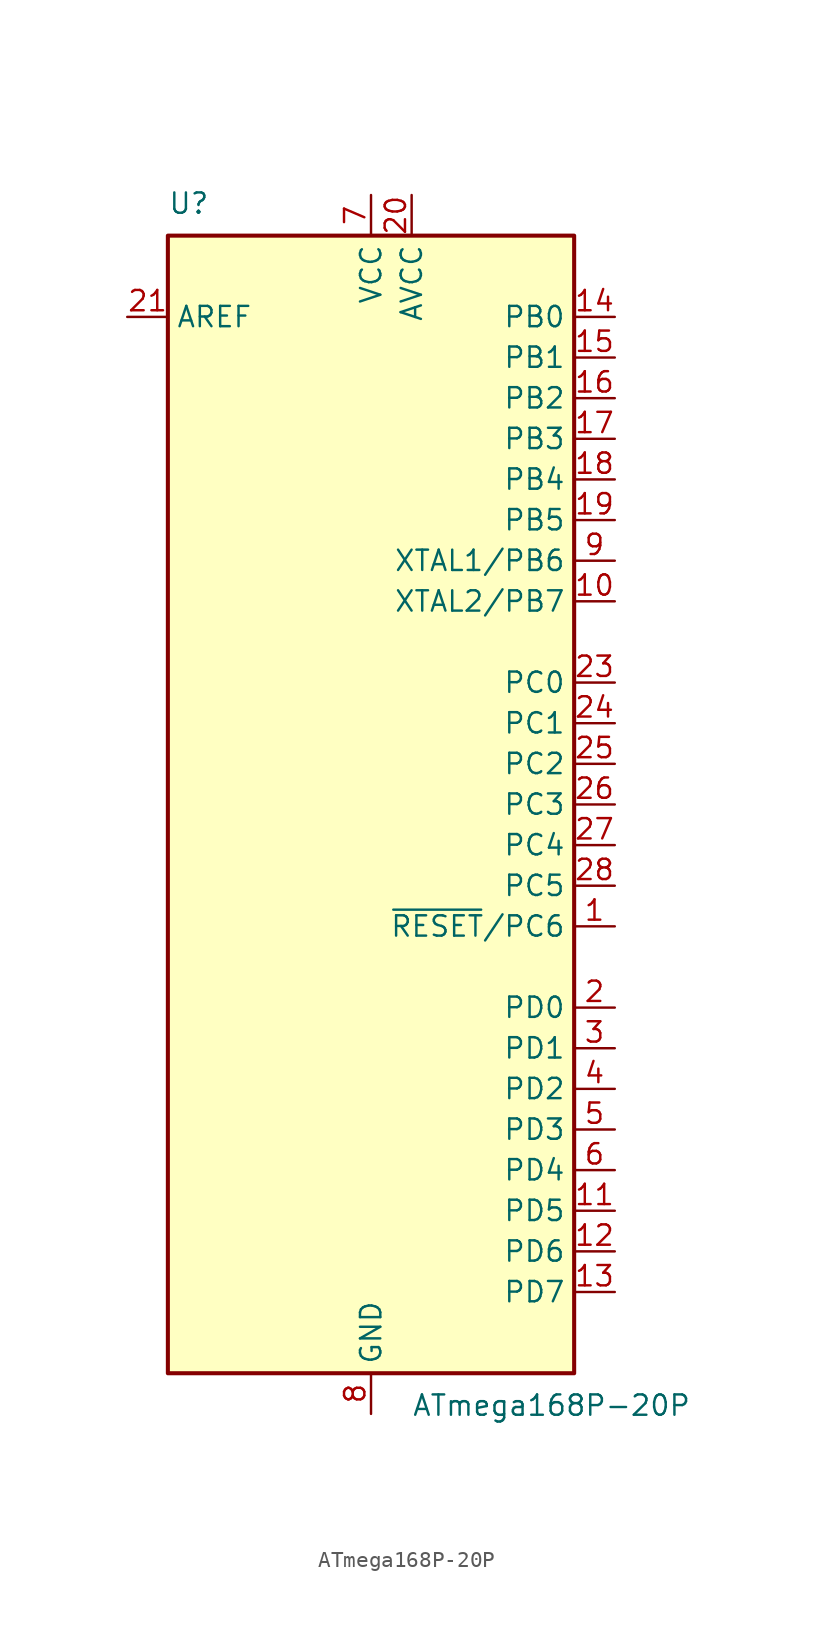
<source format=kicad_sym>
(kicad_symbol_lib
  (version 20211014)
  (generator kicad_symbol_editor)
  (symbol "ATmega168P-20P"
    (property "Reference" "U"
      (at -12.7 36.83 0)
      (effects (font (size 1.27 1.27)) (justify left bottom)))
    (property "Value" "ATmega168P-20P"
      (at 2.54 -36.83 0)
      (effects (font (size 1.27 1.27)) (justify left top)))
    (symbol "ATmega168P-20P_0_1"
      (rectangle (start -12.7 -35.56) (end 12.7 35.56) (stroke (width 0.254) (type default) (color 0 0 0 0)) (fill (type background))))
    (symbol "ATmega168P-20P_1_1"
      (pin bidirectional line (at 15.24 -7.62 180) (length 2.54) (name "~{RESET}/PC6" (effects (font (size 1.27 1.27)))) (number "1" (effects (font (size 1.27 1.27)))))
      (pin bidirectional line (at 15.24 12.7 180) (length 2.54) (name "XTAL2/PB7" (effects (font (size 1.27 1.27)))) (number "10" (effects (font (size 1.27 1.27)))))
      (pin bidirectional line (at 15.24 -25.4 180) (length 2.54) (name "PD5" (effects (font (size 1.27 1.27)))) (number "11" (effects (font (size 1.27 1.27)))))
      (pin bidirectional line (at 15.24 -27.94 180) (length 2.54) (name "PD6" (effects (font (size 1.27 1.27)))) (number "12" (effects (font (size 1.27 1.27)))))
      (pin bidirectional line (at 15.24 -30.48 180) (length 2.54) (name "PD7" (effects (font (size 1.27 1.27)))) (number "13" (effects (font (size 1.27 1.27)))))
      (pin bidirectional line (at 15.24 30.48 180) (length 2.54) (name "PB0" (effects (font (size 1.27 1.27)))) (number "14" (effects (font (size 1.27 1.27)))))
      (pin bidirectional line (at 15.24 27.94 180) (length 2.54) (name "PB1" (effects (font (size 1.27 1.27)))) (number "15" (effects (font (size 1.27 1.27)))))
      (pin bidirectional line (at 15.24 25.4 180) (length 2.54) (name "PB2" (effects (font (size 1.27 1.27)))) (number "16" (effects (font (size 1.27 1.27)))))
      (pin bidirectional line (at 15.24 22.86 180) (length 2.54) (name "PB3" (effects (font (size 1.27 1.27)))) (number "17" (effects (font (size 1.27 1.27)))))
      (pin bidirectional line (at 15.24 20.32 180) (length 2.54) (name "PB4" (effects (font (size 1.27 1.27)))) (number "18" (effects (font (size 1.27 1.27)))))
      (pin bidirectional line (at 15.24 17.78 180) (length 2.54) (name "PB5" (effects (font (size 1.27 1.27)))) (number "19" (effects (font (size 1.27 1.27)))))
      (pin bidirectional line (at 15.24 -12.7 180) (length 2.54) (name "PD0" (effects (font (size 1.27 1.27)))) (number "2" (effects (font (size 1.27 1.27)))))
      (pin power_in line (at 2.54 38.1 270) (length 2.54) (name "AVCC" (effects (font (size 1.27 1.27)))) (number "20" (effects (font (size 1.27 1.27)))))
      (pin passive line (at -15.24 30.48 0) (length 2.54) (name "AREF" (effects (font (size 1.27 1.27)))) (number "21" (effects (font (size 1.27 1.27)))))
      (pin passive line (at 2.54 -38.1 90) (length 2.54) hide (name "GND" (effects (font (size 1.27 1.27)))) (number "22" (effects (font (size 1.27 1.27)))))
      (pin bidirectional line (at 15.24 7.62 180) (length 2.54) (name "PC0" (effects (font (size 1.27 1.27)))) (number "23" (effects (font (size 1.27 1.27)))))
      (pin bidirectional line (at 15.24 5.08 180) (length 2.54) (name "PC1" (effects (font (size 1.27 1.27)))) (number "24" (effects (font (size 1.27 1.27)))))
      (pin bidirectional line (at 15.24 2.54 180) (length 2.54) (name "PC2" (effects (font (size 1.27 1.27)))) (number "25" (effects (font (size 1.27 1.27)))))
      (pin bidirectional line (at 15.24 0 180) (length 2.54) (name "PC3" (effects (font (size 1.27 1.27)))) (number "26" (effects (font (size 1.27 1.27)))))
      (pin bidirectional line (at 15.24 -2.54 180) (length 2.54) (name "PC4" (effects (font (size 1.27 1.27)))) (number "27" (effects (font (size 1.27 1.27)))))
      (pin bidirectional line (at 15.24 -5.08 180) (length 2.54) (name "PC5" (effects (font (size 1.27 1.27)))) (number "28" (effects (font (size 1.27 1.27)))))
      (pin bidirectional line (at 15.24 -15.24 180) (length 2.54) (name "PD1" (effects (font (size 1.27 1.27)))) (number "3" (effects (font (size 1.27 1.27)))))
      (pin bidirectional line (at 15.24 -17.78 180) (length 2.54) (name "PD2" (effects (font (size 1.27 1.27)))) (number "4" (effects (font (size 1.27 1.27)))))
      (pin bidirectional line (at 15.24 -20.32 180) (length 2.54) (name "PD3" (effects (font (size 1.27 1.27)))) (number "5" (effects (font (size 1.27 1.27)))))
      (pin bidirectional line (at 15.24 -22.86 180) (length 2.54) (name "PD4" (effects (font (size 1.27 1.27)))) (number "6" (effects (font (size 1.27 1.27)))))
      (pin power_in line (at 0 38.1 270) (length 2.54) (name "VCC" (effects (font (size 1.27 1.27)))) (number "7" (effects (font (size 1.27 1.27)))))
      (pin power_in line (at 0 -38.1 90) (length 2.54) (name "GND" (effects (font (size 1.27 1.27)))) (number "8" (effects (font (size 1.27 1.27)))))
      (pin bidirectional line (at 15.24 15.24 180) (length 2.54) (name "XTAL1/PB6" (effects (font (size 1.27 1.27)))) (number "9" (effects (font (size 1.27 1.27))))))))
</source>
